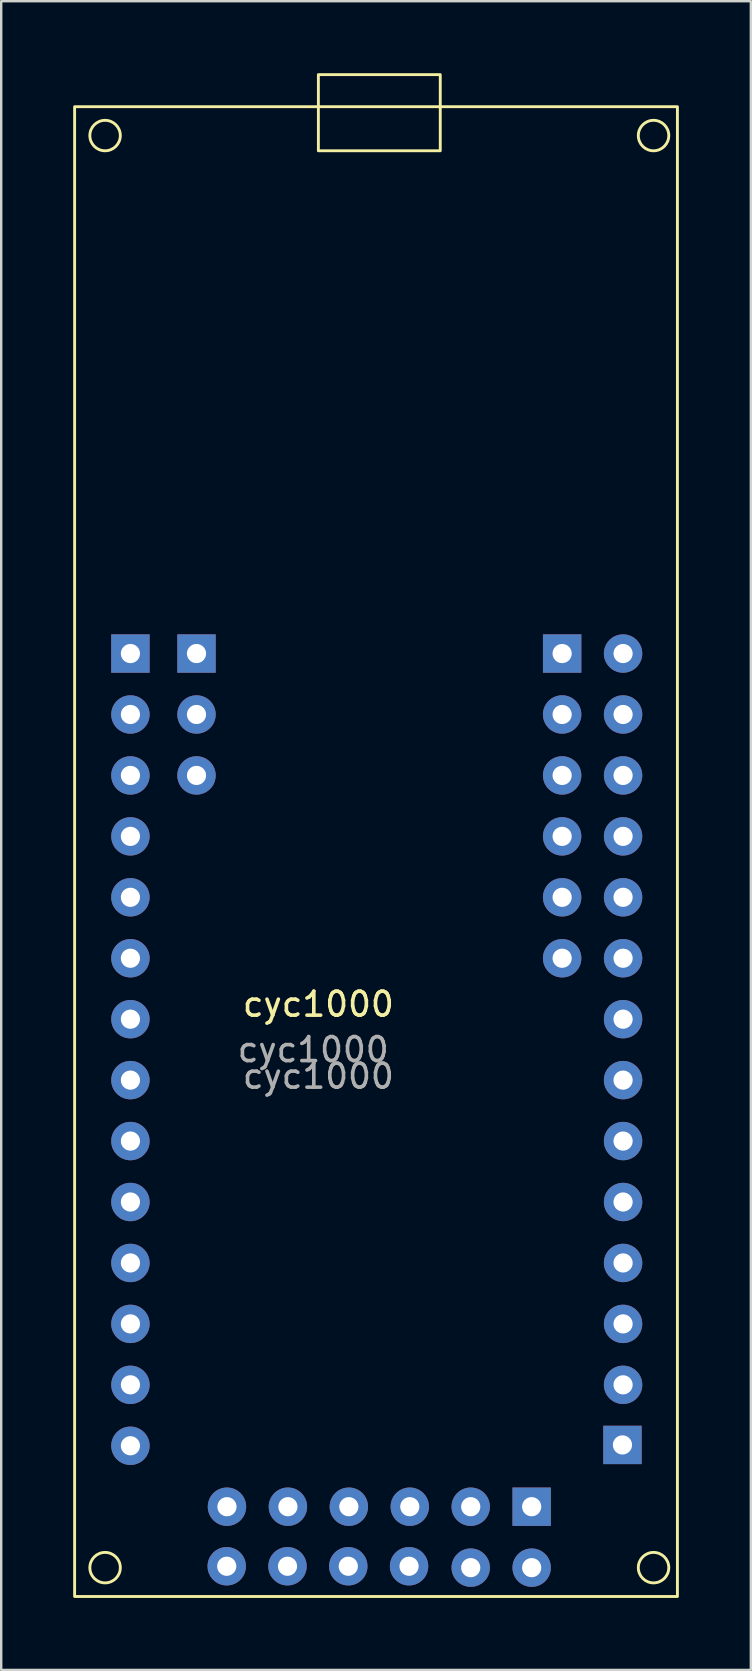
<source format=kicad_pcb>
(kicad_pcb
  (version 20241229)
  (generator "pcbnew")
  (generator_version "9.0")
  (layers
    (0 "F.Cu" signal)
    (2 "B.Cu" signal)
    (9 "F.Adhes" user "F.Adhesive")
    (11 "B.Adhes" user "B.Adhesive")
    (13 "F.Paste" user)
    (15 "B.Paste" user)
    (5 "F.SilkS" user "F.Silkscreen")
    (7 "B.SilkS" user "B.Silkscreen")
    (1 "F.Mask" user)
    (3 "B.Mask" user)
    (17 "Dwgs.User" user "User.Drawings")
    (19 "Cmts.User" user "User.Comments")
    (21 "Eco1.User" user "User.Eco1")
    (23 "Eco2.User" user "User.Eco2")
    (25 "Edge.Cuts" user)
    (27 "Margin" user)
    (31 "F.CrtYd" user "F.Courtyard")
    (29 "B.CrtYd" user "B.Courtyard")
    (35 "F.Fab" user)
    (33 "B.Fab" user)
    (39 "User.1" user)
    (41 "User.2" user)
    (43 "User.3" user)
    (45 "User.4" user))
  (footprint "cyc1000"
    (layer "F.Cu")
    (at 12.76 39.43)
    (property "Reference" "cyc1000" (at -2.54 -0.623 0) (unlocked yes) (layer "F.SilkS") (effects (font (size 1 1) (thickness 0.15))))
    (attr through_hole)
    (fp_rect (start -12.7 -38.032) (end 12.425 24.062) (stroke (width 0.12) (type solid)) (fill no) (layer "F.SilkS"))
    (fp_rect (start -2.54 -39.37) (end 2.54 -36.195) (stroke (width 0.12) (type solid)) (fill no) (layer "F.SilkS"))
    (fp_circle (center -11.43 -36.83) (end -10.795 -36.83) (stroke (width 0.12) (type solid)) (fill no) (layer "F.SilkS"))
    (fp_circle (center -11.43 22.86) (end -10.795 22.86) (stroke (width 0.12) (type solid)) (fill no) (layer "F.SilkS"))
    (fp_circle (center 11.43 -36.83) (end 12.065 -36.83) (stroke (width 0.12) (type solid)) (fill no) (layer "F.SilkS"))
    (fp_circle (center 11.43 22.86) (end 12.065 22.86) (stroke (width 0.12) (type solid)) (fill no) (layer "F.SilkS"))
    (fp_text user "${REFERENCE}" (at -2.54 2.377 0) (unlocked yes) (layer "F.Fab") (effects (font (size 1 1) (thickness 0.15))))
    (fp_text user "${REFERENCE}" (at -2.754 1.27 0) (layer "F.Fab") (effects (font (size 1 1) (thickness 0.15))))
    (pad "1.1" thru_hole rect (at -10.374 -15.24) (size 1.6 1.6) (drill 0.8) (layers "*.Cu" "*.Mask"))
    (pad "1.2" thru_hole oval (at -10.374 -12.7) (size 1.6 1.6) (drill 0.8) (layers "*.Cu" "*.Mask"))
    (pad "1.3" thru_hole oval (at -10.374 -10.16) (size 1.6 1.6) (drill 0.8) (layers "*.Cu" "*.Mask"))
    (pad "1.4" thru_hole oval (at -10.374 -7.62) (size 1.6 1.6) (drill 0.8) (layers "*.Cu" "*.Mask"))
    (pad "1.5" thru_hole oval (at -10.374 -5.08) (size 1.6 1.6) (drill 0.8) (layers "*.Cu" "*.Mask"))
    (pad "1.6" thru_hole oval (at -10.374 -2.54) (size 1.6 1.6) (drill 0.8) (layers "*.Cu" "*.Mask"))
    (pad "1.7" thru_hole oval (at -10.374 0) (size 1.6 1.6) (drill 0.8) (layers "*.Cu" "*.Mask"))
    (pad "1.8" thru_hole oval (at -10.374 2.54) (size 1.6 1.6) (drill 0.8) (layers "*.Cu" "*.Mask"))
    (pad "1.9" thru_hole oval (at -10.374 5.08) (size 1.6 1.6) (drill 0.8) (layers "*.Cu" "*.Mask"))
    (pad "1.10" thru_hole oval (at -10.374 7.62) (size 1.6 1.6) (drill 0.8) (layers "*.Cu" "*.Mask"))
    (pad "1.11" thru_hole oval (at -10.374 10.16) (size 1.6 1.6) (drill 0.8) (layers "*.Cu" "*.Mask"))
    (pad "1.12" thru_hole oval (at -10.374 12.7) (size 1.6 1.6) (drill 0.8) (layers "*.Cu" "*.Mask"))
    (pad "1.13" thru_hole oval (at -10.374 15.24) (size 1.6 1.6) (drill 0.8) (layers "*.Cu" "*.Mask"))
    (pad "1.14" thru_hole oval (at -10.374 17.78) (size 1.6 1.6) (drill 0.8) (layers "*.Cu" "*.Mask"))
    (pad "2.1" thru_hole rect (at 10.134 17.745) (size 1.6 1.6) (drill 0.8) (layers "*.Cu" "*.Mask"))
    (pad "2.2" thru_hole oval (at 10.16 15.24) (size 1.6 1.6) (drill 0.8) (layers "*.Cu" "*.Mask"))
    (pad "2.3" thru_hole oval (at 10.16 12.7) (size 1.6 1.6) (drill 0.8) (layers "*.Cu" "*.Mask"))
    (pad "2.4" thru_hole oval (at 10.16 10.16) (size 1.6 1.6) (drill 0.8) (layers "*.Cu" "*.Mask"))
    (pad "2.5" thru_hole oval (at 10.16 7.62) (size 1.6 1.6) (drill 0.8) (layers "*.Cu" "*.Mask"))
    (pad "2.6" thru_hole oval (at 10.16 5.08) (size 1.6 1.6) (drill 0.8) (layers "*.Cu" "*.Mask"))
    (pad "2.7" thru_hole oval (at 10.16 2.54) (size 1.6 1.6) (drill 0.8) (layers "*.Cu" "*.Mask"))
    (pad "2.8" thru_hole oval (at 10.16 0) (size 1.6 1.6) (drill 0.8) (layers "*.Cu" "*.Mask"))
    (pad "2.9" thru_hole oval (at 10.16 -2.54) (size 1.6 1.6) (drill 0.8) (layers "*.Cu" "*.Mask"))
    (pad "2.10" thru_hole oval (at 10.16 -5.08) (size 1.6 1.6) (drill 0.8) (layers "*.Cu" "*.Mask"))
    (pad "2.11" thru_hole oval (at 10.16 -7.62) (size 1.6 1.6) (drill 0.8) (layers "*.Cu" "*.Mask"))
    (pad "2.12" thru_hole oval (at 10.16 -10.16) (size 1.6 1.6) (drill 0.8) (layers "*.Cu" "*.Mask"))
    (pad "2.13" thru_hole oval (at 10.16 -12.7) (size 1.6 1.6) (drill 0.8) (layers "*.Cu" "*.Mask"))
    (pad "2.14" thru_hole oval (at 10.16 -15.24) (size 1.6 1.6) (drill 0.8) (layers "*.Cu" "*.Mask"))
    (pad "3.1" thru_hole rect (at -7.62 -15.24) (size 1.6 1.6) (drill 0.8) (layers "*.Cu" "*.Mask"))
    (pad "3.2" thru_hole oval (at -7.62 -12.7) (size 1.6 1.6) (drill 0.8) (layers "*.Cu" "*.Mask"))
    (pad "3.3" thru_hole oval (at -7.62 -10.16) (size 1.6 1.6) (drill 0.8) (layers "*.Cu" "*.Mask"))
    (pad "4.1" thru_hole rect (at 7.62 -15.24) (size 1.6 1.6) (drill 0.8) (layers "*.Cu" "*.Mask"))
    (pad "4.2" thru_hole oval (at 7.62 -12.7) (size 1.6 1.6) (drill 0.8) (layers "*.Cu" "*.Mask"))
    (pad "4.3" thru_hole oval (at 7.62 -10.16) (size 1.6 1.6) (drill 0.8) (layers "*.Cu" "*.Mask"))
    (pad "4.4" thru_hole oval (at 7.62 -7.62) (size 1.6 1.6) (drill 0.8) (layers "*.Cu" "*.Mask"))
    (pad "4.5" thru_hole oval (at 7.62 -5.08) (size 1.6 1.6) (drill 0.8) (layers "*.Cu" "*.Mask"))
    (pad "4.6" thru_hole oval (at 7.62 -2.54) (size 1.6 1.6) (drill 0.8) (layers "*.Cu" "*.Mask"))
    (pad "6.1" thru_hole rect (at 6.35 20.32) (size 1.6 1.6) (drill 0.8) (layers "*.Cu" "*.Mask"))
    (pad "6.2" thru_hole oval (at 3.81 20.32) (size 1.6 1.6) (drill 0.8) (layers "*.Cu" "*.Mask"))
    (pad "6.3" thru_hole oval (at 1.27 20.32) (size 1.6 1.6) (drill 0.8) (layers "*.Cu" "*.Mask"))
    (pad "6.4" thru_hole oval (at -1.27 20.32) (size 1.6 1.6) (drill 0.8) (layers "*.Cu" "*.Mask"))
    (pad "6.5" thru_hole oval (at -3.81 20.32) (size 1.6 1.6) (drill 0.8) (layers "*.Cu" "*.Mask"))
    (pad "6.6" thru_hole oval (at -6.35 20.32) (size 1.6 1.6) (drill 0.8) (layers "*.Cu" "*.Mask"))
    (pad "6.7" thru_hole oval (at 6.35 22.86) (size 1.6 1.6) (drill 0.8) (layers "*.Cu" "*.Mask"))
    (pad "6.8" thru_hole oval (at 3.81 22.86) (size 1.6 1.6) (drill 0.8) (layers "*.Cu" "*.Mask"))
    (pad "6.9" thru_hole oval (at 1.24 22.802) (size 1.6 1.6) (drill 0.8) (layers "*.Cu" "*.Mask"))
    (pad "6.10" thru_hole oval (at -1.293 22.802) (size 1.6 1.6) (drill 0.8) (layers "*.Cu" "*.Mask"))
    (pad "6.11" thru_hole oval (at -3.827 22.802) (size 1.6 1.6) (drill 0.8) (layers "*.Cu" "*.Mask"))
    (pad "6.12" thru_hole oval (at -6.36 22.802) (size 1.6 1.6) (drill 0.8) (layers "*.Cu" "*.Mask")))
  (gr_rect
    (start -3 -3)
    (end 28.245 66.552)
    (stroke (width 0.1) (type default))
    (fill no)
    (layer "Edge.Cuts")))
</source>
